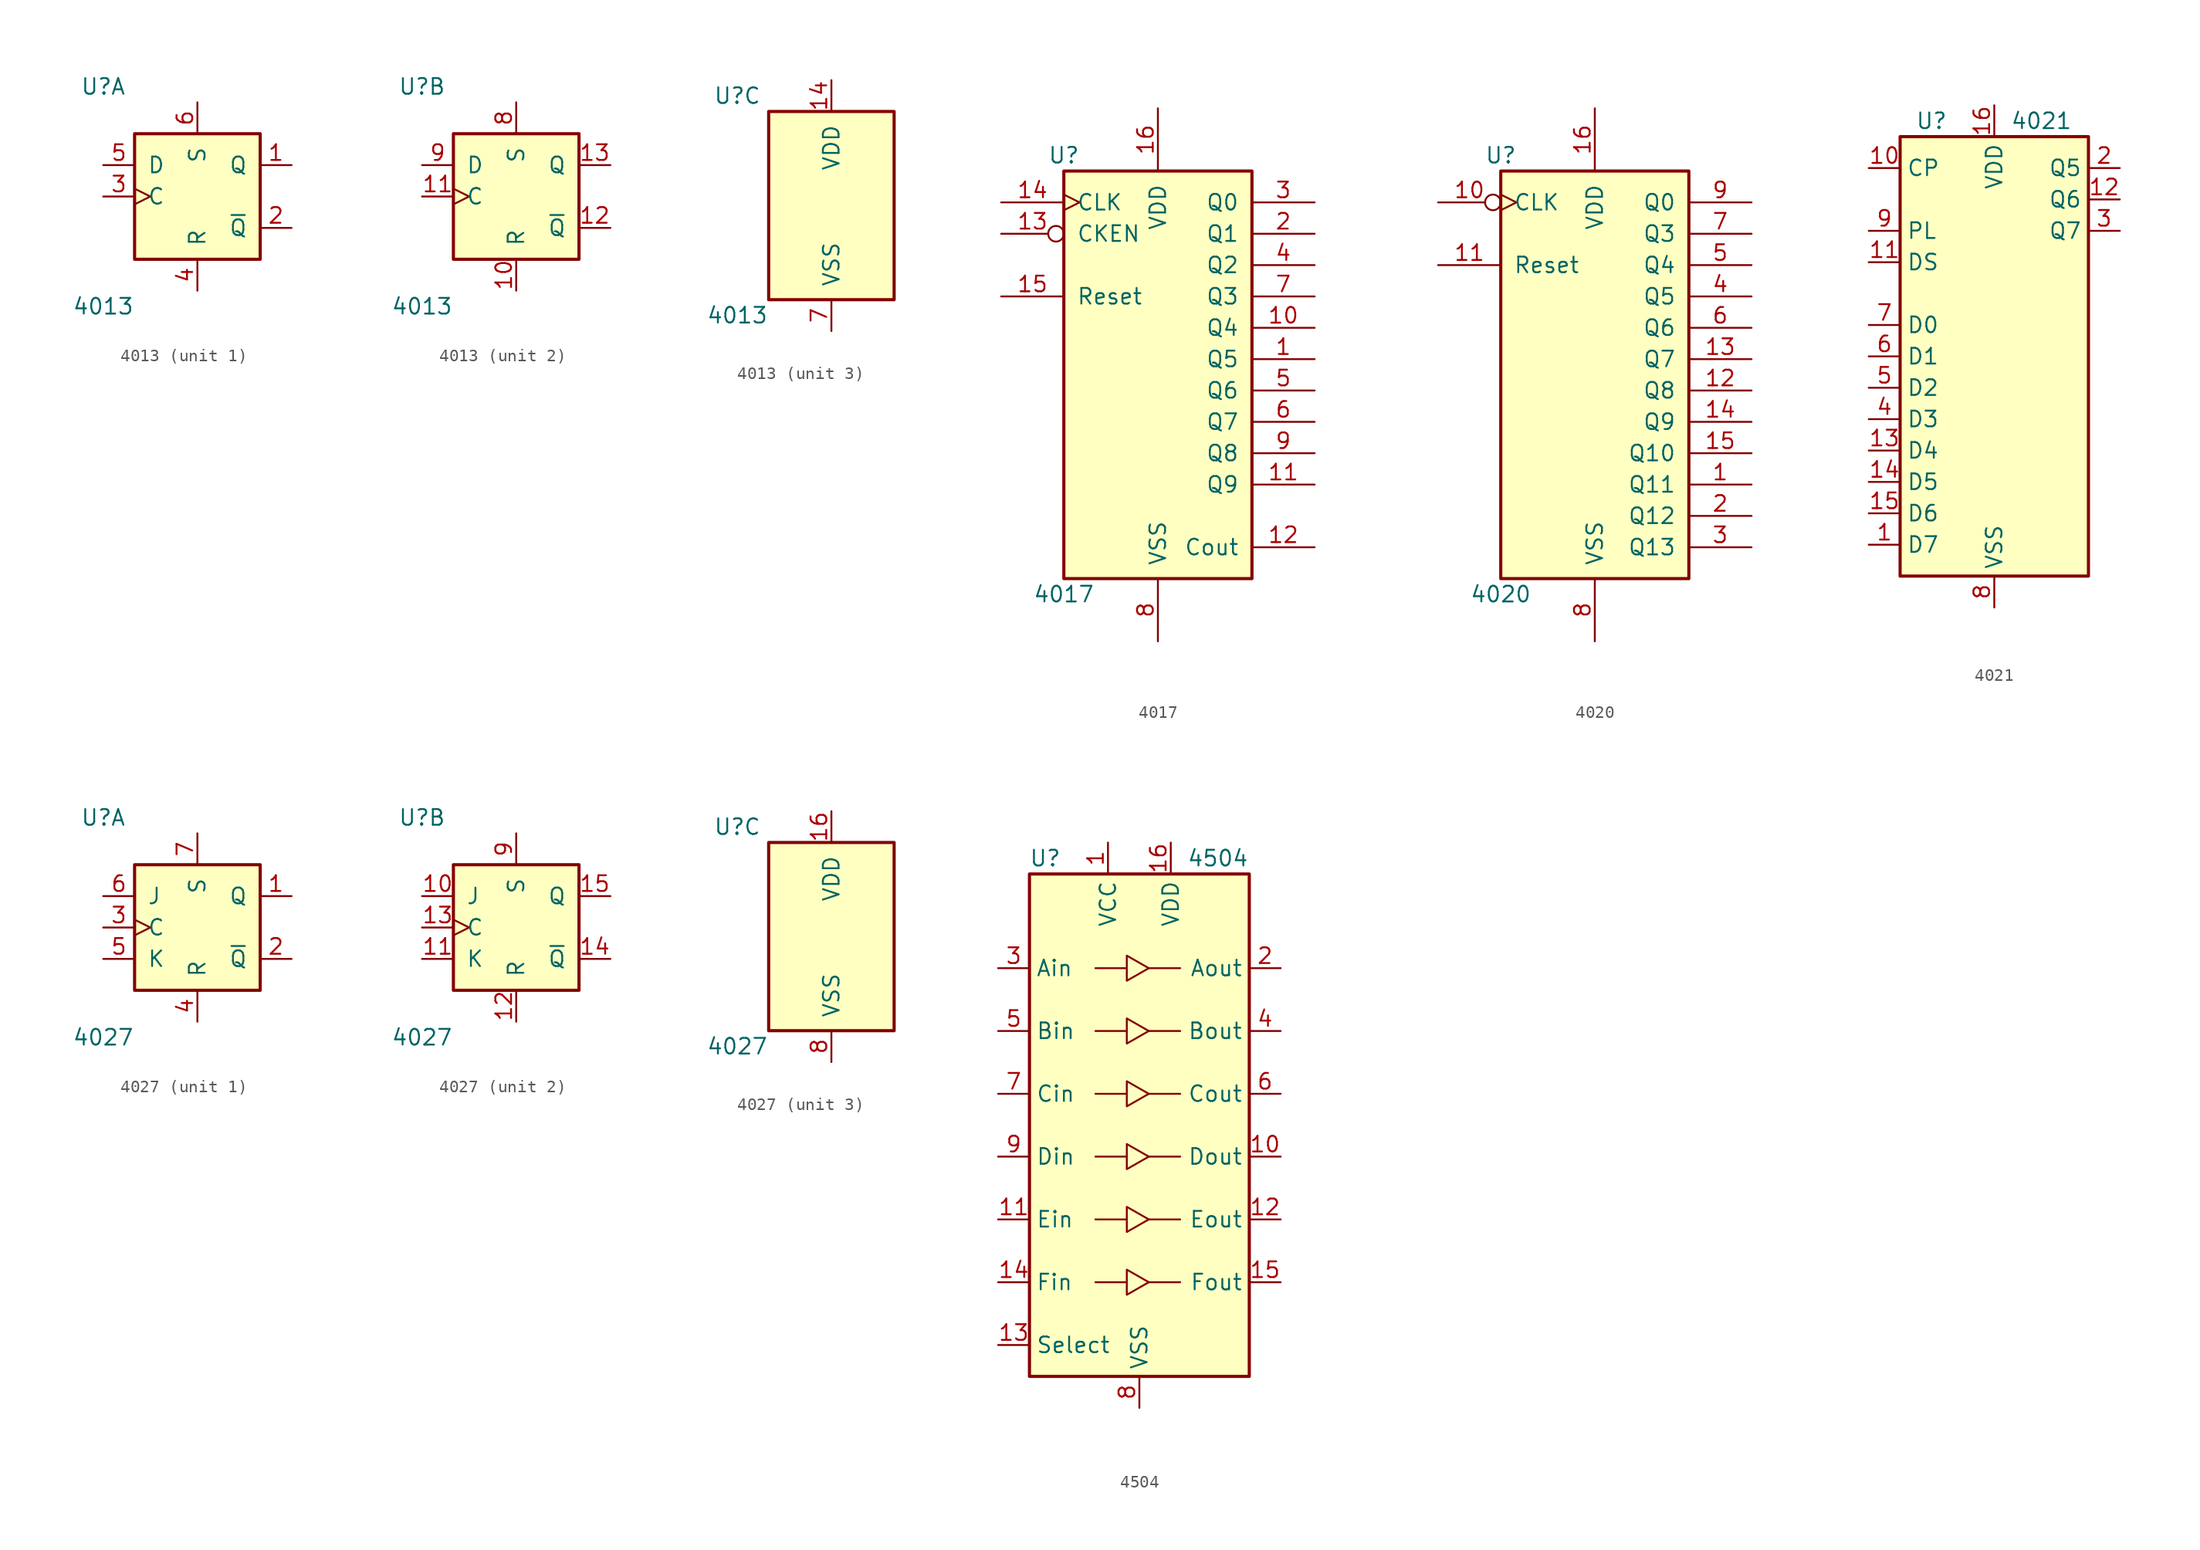
<source format=kicad_sym>
(kicad_symbol_lib
  (version 20211014)
  (generator kicad_symbol_editor)
  (symbol "4013"
    (pin_names
      (offset 1.016))
    (property "Reference" "U"
      (at -7.62 8.89 0)
      (effects (font (size 1.27 1.27))))
    (property "Value" "4013"
      (at -7.62 -8.89 0)
      (effects (font (size 1.27 1.27))))
    (property "ki_locked" ""
      (at 0 0 0)
      (effects (font (size 1.27 1.27))))
    (symbol "4013_1_1"
      (rectangle (start -5.08 5.08) (end 5.08 -5.08) (stroke (width 0.254) (type default) (color 0 0 0 0)) (fill (type background)))
      (pin output line (at 7.62 2.54 180) (length 2.54) (name "Q" (effects (font (size 1.27 1.27)))) (number "1" (effects (font (size 1.27 1.27)))))
      (pin output line (at 7.62 -2.54 180) (length 2.54) (name "~{Q}" (effects (font (size 1.27 1.27)))) (number "2" (effects (font (size 1.27 1.27)))))
      (pin input clock (at -7.62 0 0) (length 2.54) (name "C" (effects (font (size 1.27 1.27)))) (number "3" (effects (font (size 1.27 1.27)))))
      (pin input line (at 0 -7.62 90) (length 2.54) (name "R" (effects (font (size 1.27 1.27)))) (number "4" (effects (font (size 1.27 1.27)))))
      (pin input line (at -7.62 2.54 0) (length 2.54) (name "D" (effects (font (size 1.27 1.27)))) (number "5" (effects (font (size 1.27 1.27)))))
      (pin input line (at 0 7.62 270) (length 2.54) (name "S" (effects (font (size 1.27 1.27)))) (number "6" (effects (font (size 1.27 1.27))))))
    (symbol "4013_2_1"
      (rectangle (start -5.08 5.08) (end 5.08 -5.08) (stroke (width 0.254) (type default) (color 0 0 0 0)) (fill (type background)))
      (pin input line (at 0 -7.62 90) (length 2.54) (name "R" (effects (font (size 1.27 1.27)))) (number "10" (effects (font (size 1.27 1.27)))))
      (pin input clock (at -7.62 0 0) (length 2.54) (name "C" (effects (font (size 1.27 1.27)))) (number "11" (effects (font (size 1.27 1.27)))))
      (pin output line (at 7.62 -2.54 180) (length 2.54) (name "~{Q}" (effects (font (size 1.27 1.27)))) (number "12" (effects (font (size 1.27 1.27)))))
      (pin output line (at 7.62 2.54 180) (length 2.54) (name "Q" (effects (font (size 1.27 1.27)))) (number "13" (effects (font (size 1.27 1.27)))))
      (pin input line (at 0 7.62 270) (length 2.54) (name "S" (effects (font (size 1.27 1.27)))) (number "8" (effects (font (size 1.27 1.27)))))
      (pin input line (at -7.62 2.54 0) (length 2.54) (name "D" (effects (font (size 1.27 1.27)))) (number "9" (effects (font (size 1.27 1.27))))))
    (symbol "4013_3_0"
      (pin power_in line (at 0 10.16 270) (length 2.54) (name "VDD" (effects (font (size 1.27 1.27)))) (number "14" (effects (font (size 1.27 1.27)))))
      (pin power_in line (at 0 -10.16 90) (length 2.54) (name "VSS" (effects (font (size 1.27 1.27)))) (number "7" (effects (font (size 1.27 1.27))))))
    (symbol "4013_3_1"
      (rectangle (start -5.08 7.62) (end 5.08 -7.62) (stroke (width 0.254) (type default) (color 0 0 0 0)) (fill (type background)))))
  (symbol "4017"
    (pin_names
      (offset 1.016))
    (property "Reference" "U"
      (at -7.62 16.51 0)
      (effects (font (size 1.27 1.27))))
    (property "Value" "4017"
      (at -7.62 -19.05 0)
      (effects (font (size 1.27 1.27))))
    (property "ki_locked" ""
      (at 0 0 0)
      (effects (font (size 1.27 1.27))))
    (symbol "4017_1_0"
      (pin output line (at 12.7 0 180) (length 5.08) (name "Q5" (effects (font (size 1.27 1.27)))) (number "1" (effects (font (size 1.27 1.27)))))
      (pin output line (at 12.7 2.54 180) (length 5.08) (name "Q4" (effects (font (size 1.27 1.27)))) (number "10" (effects (font (size 1.27 1.27)))))
      (pin output line (at 12.7 -10.16 180) (length 5.08) (name "Q9" (effects (font (size 1.27 1.27)))) (number "11" (effects (font (size 1.27 1.27)))))
      (pin output line (at 12.7 -15.24 180) (length 5.08) (name "Cout" (effects (font (size 1.27 1.27)))) (number "12" (effects (font (size 1.27 1.27)))))
      (pin input inverted (at -12.7 10.16 0) (length 5.08) (name "CKEN" (effects (font (size 1.27 1.27)))) (number "13" (effects (font (size 1.27 1.27)))))
      (pin input clock (at -12.7 12.7 0) (length 5.08) (name "CLK" (effects (font (size 1.27 1.27)))) (number "14" (effects (font (size 1.27 1.27)))))
      (pin input line (at -12.7 5.08 0) (length 5.08) (name "Reset" (effects (font (size 1.27 1.27)))) (number "15" (effects (font (size 1.27 1.27)))))
      (pin power_in line (at 0 20.32 270) (length 5.08) (name "VDD" (effects (font (size 1.27 1.27)))) (number "16" (effects (font (size 1.27 1.27)))))
      (pin output line (at 12.7 10.16 180) (length 5.08) (name "Q1" (effects (font (size 1.27 1.27)))) (number "2" (effects (font (size 1.27 1.27)))))
      (pin output line (at 12.7 12.7 180) (length 5.08) (name "Q0" (effects (font (size 1.27 1.27)))) (number "3" (effects (font (size 1.27 1.27)))))
      (pin output line (at 12.7 7.62 180) (length 5.08) (name "Q2" (effects (font (size 1.27 1.27)))) (number "4" (effects (font (size 1.27 1.27)))))
      (pin output line (at 12.7 -2.54 180) (length 5.08) (name "Q6" (effects (font (size 1.27 1.27)))) (number "5" (effects (font (size 1.27 1.27)))))
      (pin output line (at 12.7 -5.08 180) (length 5.08) (name "Q7" (effects (font (size 1.27 1.27)))) (number "6" (effects (font (size 1.27 1.27)))))
      (pin output line (at 12.7 5.08 180) (length 5.08) (name "Q3" (effects (font (size 1.27 1.27)))) (number "7" (effects (font (size 1.27 1.27)))))
      (pin power_in line (at 0 -22.86 90) (length 5.08) (name "VSS" (effects (font (size 1.27 1.27)))) (number "8" (effects (font (size 1.27 1.27)))))
      (pin output line (at 12.7 -7.62 180) (length 5.08) (name "Q8" (effects (font (size 1.27 1.27)))) (number "9" (effects (font (size 1.27 1.27))))))
    (symbol "4017_1_1"
      (rectangle (start -7.62 15.24) (end 7.62 -17.78) (stroke (width 0.254) (type default) (color 0 0 0 0)) (fill (type background)))))
  (symbol "4020"
    (pin_names
      (offset 1.016))
    (property "Reference" "U"
      (at -7.62 16.51 0)
      (effects (font (size 1.27 1.27))))
    (property "Value" "4020"
      (at -7.62 -19.05 0)
      (effects (font (size 1.27 1.27))))
    (property "ki_locked" ""
      (at 0 0 0)
      (effects (font (size 1.27 1.27))))
    (symbol "4020_1_0"
      (pin output line (at 12.7 -10.16 180) (length 5.08) (name "Q11" (effects (font (size 1.27 1.27)))) (number "1" (effects (font (size 1.27 1.27)))))
      (pin input inverted_clock (at -12.7 12.7 0) (length 5.08) (name "CLK" (effects (font (size 1.27 1.27)))) (number "10" (effects (font (size 1.27 1.27)))))
      (pin input line (at -12.7 7.62 0) (length 5.08) (name "Reset" (effects (font (size 1.27 1.27)))) (number "11" (effects (font (size 1.27 1.27)))))
      (pin output line (at 12.7 -2.54 180) (length 5.08) (name "Q8" (effects (font (size 1.27 1.27)))) (number "12" (effects (font (size 1.27 1.27)))))
      (pin output line (at 12.7 0 180) (length 5.08) (name "Q7" (effects (font (size 1.27 1.27)))) (number "13" (effects (font (size 1.27 1.27)))))
      (pin output line (at 12.7 -5.08 180) (length 5.08) (name "Q9" (effects (font (size 1.27 1.27)))) (number "14" (effects (font (size 1.27 1.27)))))
      (pin output line (at 12.7 -7.62 180) (length 5.08) (name "Q10" (effects (font (size 1.27 1.27)))) (number "15" (effects (font (size 1.27 1.27)))))
      (pin power_in line (at 0 20.32 270) (length 5.08) (name "VDD" (effects (font (size 1.27 1.27)))) (number "16" (effects (font (size 1.27 1.27)))))
      (pin output line (at 12.7 -12.7 180) (length 5.08) (name "Q12" (effects (font (size 1.27 1.27)))) (number "2" (effects (font (size 1.27 1.27)))))
      (pin output line (at 12.7 -15.24 180) (length 5.08) (name "Q13" (effects (font (size 1.27 1.27)))) (number "3" (effects (font (size 1.27 1.27)))))
      (pin output line (at 12.7 5.08 180) (length 5.08) (name "Q5" (effects (font (size 1.27 1.27)))) (number "4" (effects (font (size 1.27 1.27)))))
      (pin output line (at 12.7 7.62 180) (length 5.08) (name "Q4" (effects (font (size 1.27 1.27)))) (number "5" (effects (font (size 1.27 1.27)))))
      (pin output line (at 12.7 2.54 180) (length 5.08) (name "Q6" (effects (font (size 1.27 1.27)))) (number "6" (effects (font (size 1.27 1.27)))))
      (pin output line (at 12.7 10.16 180) (length 5.08) (name "Q3" (effects (font (size 1.27 1.27)))) (number "7" (effects (font (size 1.27 1.27)))))
      (pin power_in line (at 0 -22.86 90) (length 5.08) (name "VSS" (effects (font (size 1.27 1.27)))) (number "8" (effects (font (size 1.27 1.27)))))
      (pin output line (at 12.7 12.7 180) (length 5.08) (name "Q0" (effects (font (size 1.27 1.27)))) (number "9" (effects (font (size 1.27 1.27))))))
    (symbol "4020_1_1"
      (rectangle (start -7.62 15.24) (end 7.62 -17.78) (stroke (width 0.254) (type default) (color 0 0 0 0)) (fill (type background)))))
  (symbol "4021"
    (property "Reference" "U"
      (at -5.08 19.05 0)
      (effects (font (size 1.27 1.27))))
    (property "Value" "4021"
      (at 3.81 19.05 0)
      (effects (font (size 1.27 1.27))))
    (symbol "4021_0_1"
      (rectangle (start -7.62 17.78) (end 7.62 -17.78) (stroke (width 0.254) (type default) (color 0 0 0 0)) (fill (type background))))
    (symbol "4021_1_1"
      (pin input line (at -10.16 -15.24 0) (length 2.54) (name "D7" (effects (font (size 1.27 1.27)))) (number "1" (effects (font (size 1.27 1.27)))))
      (pin input line (at -10.16 15.24 0) (length 2.54) (name "CP" (effects (font (size 1.27 1.27)))) (number "10" (effects (font (size 1.27 1.27)))))
      (pin input line (at -10.16 7.62 0) (length 2.54) (name "DS" (effects (font (size 1.27 1.27)))) (number "11" (effects (font (size 1.27 1.27)))))
      (pin output line (at 10.16 12.7 180) (length 2.54) (name "Q6" (effects (font (size 1.27 1.27)))) (number "12" (effects (font (size 1.27 1.27)))))
      (pin input line (at -10.16 -7.62 0) (length 2.54) (name "D4" (effects (font (size 1.27 1.27)))) (number "13" (effects (font (size 1.27 1.27)))))
      (pin input line (at -10.16 -10.16 0) (length 2.54) (name "D5" (effects (font (size 1.27 1.27)))) (number "14" (effects (font (size 1.27 1.27)))))
      (pin input line (at -10.16 -12.7 0) (length 2.54) (name "D6" (effects (font (size 1.27 1.27)))) (number "15" (effects (font (size 1.27 1.27)))))
      (pin power_in line (at 0 20.32 270) (length 2.54) (name "VDD" (effects (font (size 1.27 1.27)))) (number "16" (effects (font (size 1.27 1.27)))))
      (pin output line (at 10.16 15.24 180) (length 2.54) (name "Q5" (effects (font (size 1.27 1.27)))) (number "2" (effects (font (size 1.27 1.27)))))
      (pin output line (at 10.16 10.16 180) (length 2.54) (name "Q7" (effects (font (size 1.27 1.27)))) (number "3" (effects (font (size 1.27 1.27)))))
      (pin input line (at -10.16 -5.08 0) (length 2.54) (name "D3" (effects (font (size 1.27 1.27)))) (number "4" (effects (font (size 1.27 1.27)))))
      (pin input line (at -10.16 -2.54 0) (length 2.54) (name "D2" (effects (font (size 1.27 1.27)))) (number "5" (effects (font (size 1.27 1.27)))))
      (pin input line (at -10.16 0 0) (length 2.54) (name "D1" (effects (font (size 1.27 1.27)))) (number "6" (effects (font (size 1.27 1.27)))))
      (pin input line (at -10.16 2.54 0) (length 2.54) (name "D0" (effects (font (size 1.27 1.27)))) (number "7" (effects (font (size 1.27 1.27)))))
      (pin power_in line (at 0 -20.32 90) (length 2.54) (name "VSS" (effects (font (size 1.27 1.27)))) (number "8" (effects (font (size 1.27 1.27)))))
      (pin input line (at -10.16 10.16 0) (length 2.54) (name "PL" (effects (font (size 1.27 1.27)))) (number "9" (effects (font (size 1.27 1.27)))))))
  (symbol "4027"
    (pin_names
      (offset 1.016))
    (property "Reference" "U"
      (at -7.62 8.89 0)
      (effects (font (size 1.27 1.27))))
    (property "Value" "4027"
      (at -7.62 -8.89 0)
      (effects (font (size 1.27 1.27))))
    (property "ki_locked" ""
      (at 0 0 0)
      (effects (font (size 1.27 1.27))))
    (symbol "4027_1_1"
      (rectangle (start -5.08 5.08) (end 5.08 -5.08) (stroke (width 0.254) (type default) (color 0 0 0 0)) (fill (type background)))
      (pin output line (at 7.62 2.54 180) (length 2.54) (name "Q" (effects (font (size 1.27 1.27)))) (number "1" (effects (font (size 1.27 1.27)))))
      (pin output line (at 7.62 -2.54 180) (length 2.54) (name "~{Q}" (effects (font (size 1.27 1.27)))) (number "2" (effects (font (size 1.27 1.27)))))
      (pin input clock (at -7.62 0 0) (length 2.54) (name "C" (effects (font (size 1.27 1.27)))) (number "3" (effects (font (size 1.27 1.27)))))
      (pin input line (at 0 -7.62 90) (length 2.54) (name "R" (effects (font (size 1.27 1.27)))) (number "4" (effects (font (size 1.27 1.27)))))
      (pin input line (at -7.62 -2.54 0) (length 2.54) (name "K" (effects (font (size 1.27 1.27)))) (number "5" (effects (font (size 1.27 1.27)))))
      (pin input line (at -7.62 2.54 0) (length 2.54) (name "J" (effects (font (size 1.27 1.27)))) (number "6" (effects (font (size 1.27 1.27)))))
      (pin input line (at 0 7.62 270) (length 2.54) (name "S" (effects (font (size 1.27 1.27)))) (number "7" (effects (font (size 1.27 1.27))))))
    (symbol "4027_2_1"
      (rectangle (start -5.08 5.08) (end 5.08 -5.08) (stroke (width 0.254) (type default) (color 0 0 0 0)) (fill (type background)))
      (pin input line (at -7.62 2.54 0) (length 2.54) (name "J" (effects (font (size 1.27 1.27)))) (number "10" (effects (font (size 1.27 1.27)))))
      (pin input line (at -7.62 -2.54 0) (length 2.54) (name "K" (effects (font (size 1.27 1.27)))) (number "11" (effects (font (size 1.27 1.27)))))
      (pin input line (at 0 -7.62 90) (length 2.54) (name "R" (effects (font (size 1.27 1.27)))) (number "12" (effects (font (size 1.27 1.27)))))
      (pin input clock (at -7.62 0 0) (length 2.54) (name "C" (effects (font (size 1.27 1.27)))) (number "13" (effects (font (size 1.27 1.27)))))
      (pin output line (at 7.62 -2.54 180) (length 2.54) (name "~{Q}" (effects (font (size 1.27 1.27)))) (number "14" (effects (font (size 1.27 1.27)))))
      (pin output line (at 7.62 2.54 180) (length 2.54) (name "Q" (effects (font (size 1.27 1.27)))) (number "15" (effects (font (size 1.27 1.27)))))
      (pin input line (at 0 7.62 270) (length 2.54) (name "S" (effects (font (size 1.27 1.27)))) (number "9" (effects (font (size 1.27 1.27))))))
    (symbol "4027_3_0"
      (pin power_in line (at 0 10.16 270) (length 2.54) (name "VDD" (effects (font (size 1.27 1.27)))) (number "16" (effects (font (size 1.27 1.27)))))
      (pin power_in line (at 0 -10.16 90) (length 2.54) (name "VSS" (effects (font (size 1.27 1.27)))) (number "8" (effects (font (size 1.27 1.27))))))
    (symbol "4027_3_1"
      (rectangle (start -5.08 7.62) (end 5.08 -7.62) (stroke (width 0.254) (type default) (color 0 0 0 0)) (fill (type background)))))
  (symbol "4504"
    (property "Reference" "U"
      (at -7.62 21.59 0)
      (effects (font (size 1.27 1.27))))
    (property "Value" "4504"
      (at 6.35 21.59 0)
      (effects (font (size 1.27 1.27))))
    (symbol "4504_0_1"
      (polyline (pts (xy -3.556 -12.7) (xy -1.016 -12.7)) (stroke (width 0) (type default) (color 0 0 0 0)) (fill (type none)))
      (polyline (pts (xy -3.556 -7.62) (xy -1.016 -7.62)) (stroke (width 0) (type default) (color 0 0 0 0)) (fill (type none)))
      (polyline (pts (xy -3.556 -2.54) (xy -1.016 -2.54)) (stroke (width 0) (type default) (color 0 0 0 0)) (fill (type none)))
      (polyline (pts (xy -3.556 2.54) (xy -1.016 2.54)) (stroke (width 0) (type default) (color 0 0 0 0)) (fill (type none)))
      (polyline (pts (xy -3.556 7.62) (xy -1.016 7.62)) (stroke (width 0) (type default) (color 0 0 0 0)) (fill (type none)))
      (polyline (pts (xy -3.556 12.7) (xy -1.016 12.7)) (stroke (width 0) (type default) (color 0 0 0 0)) (fill (type none)))
      (polyline (pts (xy 0.762 -12.7) (xy 3.302 -12.7)) (stroke (width 0) (type default) (color 0 0 0 0)) (fill (type none)))
      (polyline (pts (xy 0.762 -7.62) (xy 3.302 -7.62)) (stroke (width 0) (type default) (color 0 0 0 0)) (fill (type none)))
      (polyline (pts (xy 0.762 -2.54) (xy 3.302 -2.54)) (stroke (width 0) (type default) (color 0 0 0 0)) (fill (type none)))
      (polyline (pts (xy 0.762 2.54) (xy 3.302 2.54)) (stroke (width 0) (type default) (color 0 0 0 0)) (fill (type none)))
      (polyline (pts (xy 0.762 7.62) (xy 3.302 7.62)) (stroke (width 0) (type default) (color 0 0 0 0)) (fill (type none)))
      (polyline (pts (xy 0.762 12.7) (xy 3.302 12.7)) (stroke (width 0) (type default) (color 0 0 0 0)) (fill (type none))))
    (symbol "4504_1_1"
      (rectangle (start -8.89 20.32) (end 8.89 -20.32) (stroke (width 0.254) (type default) (color 0 0 0 0)) (fill (type background)))
      (polyline (pts (xy 0.762 -12.7) (xy -1.016 -13.716) (xy -1.016 -11.684) (xy 0.762 -12.7)) (stroke (width 0) (type default) (color 0 0 0 0)) (fill (type none)))
      (polyline (pts (xy 0.762 -7.62) (xy -1.016 -8.636) (xy -1.016 -6.604) (xy 0.762 -7.62)) (stroke (width 0) (type default) (color 0 0 0 0)) (fill (type none)))
      (polyline (pts (xy 0.762 -2.54) (xy -1.016 -3.556) (xy -1.016 -1.524) (xy 0.762 -2.54)) (stroke (width 0) (type default) (color 0 0 0 0)) (fill (type none)))
      (polyline (pts (xy 0.762 2.54) (xy -1.016 1.524) (xy -1.016 3.556) (xy 0.762 2.54)) (stroke (width 0) (type default) (color 0 0 0 0)) (fill (type none)))
      (polyline (pts (xy 0.762 7.62) (xy -1.016 6.604) (xy -1.016 8.636) (xy 0.762 7.62)) (stroke (width 0) (type default) (color 0 0 0 0)) (fill (type none)))
      (polyline (pts (xy 0.762 12.7) (xy -1.016 11.684) (xy -1.016 13.716) (xy 0.762 12.7)) (stroke (width 0) (type default) (color 0 0 0 0)) (fill (type none)))
      (pin power_in line (at -2.54 22.86 270) (length 2.54) (name "VCC" (effects (font (size 1.27 1.27)))) (number "1" (effects (font (size 1.27 1.27)))))
      (pin output line (at 11.43 -2.54 180) (length 2.54) (name "Dout" (effects (font (size 1.27 1.27)))) (number "10" (effects (font (size 1.27 1.27)))))
      (pin input line (at -11.43 -7.62 0) (length 2.54) (name "Ein" (effects (font (size 1.27 1.27)))) (number "11" (effects (font (size 1.27 1.27)))))
      (pin output line (at 11.43 -7.62 180) (length 2.54) (name "Eout" (effects (font (size 1.27 1.27)))) (number "12" (effects (font (size 1.27 1.27)))))
      (pin input line (at -11.43 -17.78 0) (length 2.54) (name "Select" (effects (font (size 1.27 1.27)))) (number "13" (effects (font (size 1.27 1.27)))))
      (pin input line (at -11.43 -12.7 0) (length 2.54) (name "Fin" (effects (font (size 1.27 1.27)))) (number "14" (effects (font (size 1.27 1.27)))))
      (pin output line (at 11.43 -12.7 180) (length 2.54) (name "Fout" (effects (font (size 1.27 1.27)))) (number "15" (effects (font (size 1.27 1.27)))))
      (pin power_in line (at 2.54 22.86 270) (length 2.54) (name "VDD" (effects (font (size 1.27 1.27)))) (number "16" (effects (font (size 1.27 1.27)))))
      (pin output line (at 11.43 12.7 180) (length 2.54) (name "Aout" (effects (font (size 1.27 1.27)))) (number "2" (effects (font (size 1.27 1.27)))))
      (pin input line (at -11.43 12.7 0) (length 2.54) (name "Ain" (effects (font (size 1.27 1.27)))) (number "3" (effects (font (size 1.27 1.27)))))
      (pin output line (at 11.43 7.62 180) (length 2.54) (name "Bout" (effects (font (size 1.27 1.27)))) (number "4" (effects (font (size 1.27 1.27)))))
      (pin input line (at -11.43 7.62 0) (length 2.54) (name "Bin" (effects (font (size 1.27 1.27)))) (number "5" (effects (font (size 1.27 1.27)))))
      (pin output line (at 11.43 2.54 180) (length 2.54) (name "Cout" (effects (font (size 1.27 1.27)))) (number "6" (effects (font (size 1.27 1.27)))))
      (pin input line (at -11.43 2.54 0) (length 2.54) (name "Cin" (effects (font (size 1.27 1.27)))) (number "7" (effects (font (size 1.27 1.27)))))
      (pin power_in line (at 0 -22.86 90) (length 2.54) (name "VSS" (effects (font (size 1.27 1.27)))) (number "8" (effects (font (size 1.27 1.27)))))
      (pin input line (at -11.43 -2.54 0) (length 2.54) (name "Din" (effects (font (size 1.27 1.27)))) (number "9" (effects (font (size 1.27 1.27))))))))
</source>
